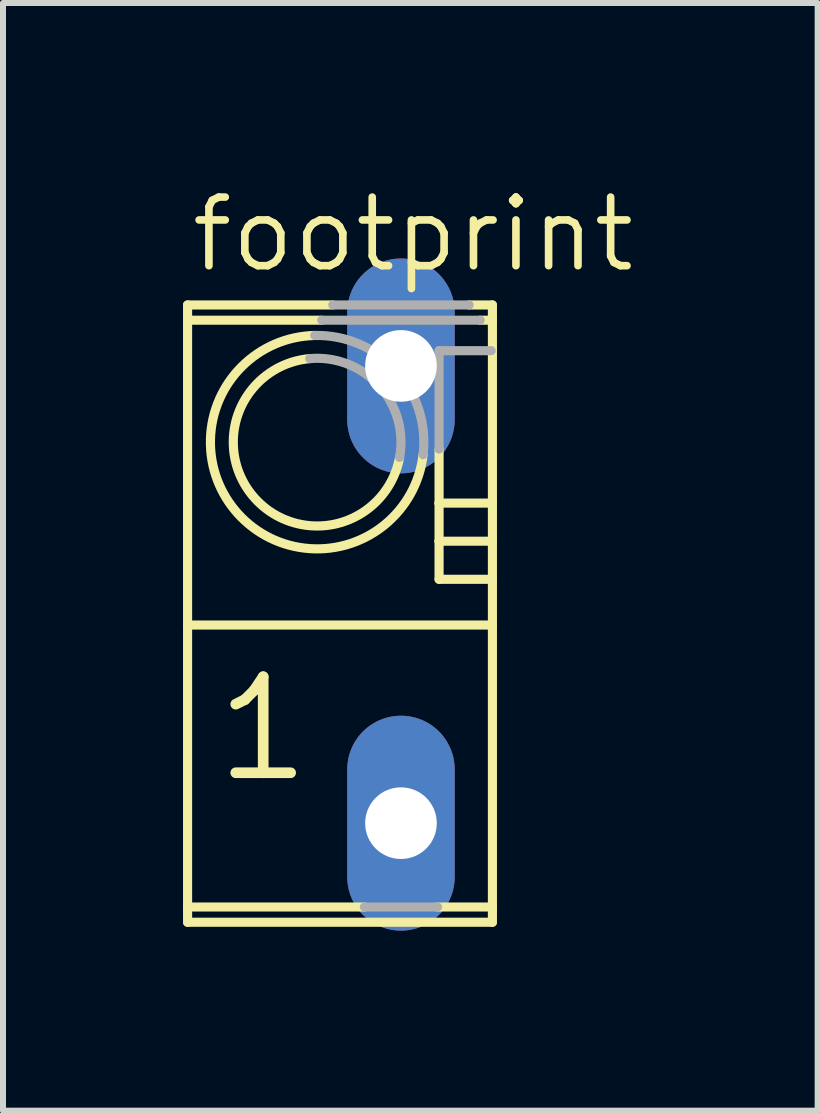
<source format=kicad_pcb>
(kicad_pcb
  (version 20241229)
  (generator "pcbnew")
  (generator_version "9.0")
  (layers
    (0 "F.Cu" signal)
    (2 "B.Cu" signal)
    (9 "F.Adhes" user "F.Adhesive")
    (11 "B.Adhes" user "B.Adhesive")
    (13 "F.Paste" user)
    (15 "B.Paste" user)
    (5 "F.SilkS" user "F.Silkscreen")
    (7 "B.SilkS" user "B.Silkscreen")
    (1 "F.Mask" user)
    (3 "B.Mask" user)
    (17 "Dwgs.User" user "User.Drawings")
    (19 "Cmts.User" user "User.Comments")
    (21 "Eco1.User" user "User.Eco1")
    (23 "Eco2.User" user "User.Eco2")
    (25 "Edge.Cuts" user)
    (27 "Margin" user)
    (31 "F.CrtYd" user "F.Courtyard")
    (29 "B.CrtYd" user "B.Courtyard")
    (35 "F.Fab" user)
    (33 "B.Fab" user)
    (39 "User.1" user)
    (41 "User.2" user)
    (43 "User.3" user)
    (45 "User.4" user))
  (footprint "footprint"
    (layer "F.Cu")
    (at 3.632 6.858)
    (property "Reference" "footprint" (at -3.556 -5.334 0) (layer "F.SilkS") (effects (font (size 1.143 1.143) (thickness 0.127)) (justify left bottom)))
    (fp_line (start -3.556 -4.572) (end -3.556 -4.826) (stroke (width 0.152) (type solid)) (layer "F.SilkS"))
    (fp_line (start -3.556 -4.572) (end -1.32 -4.572) (stroke (width 0.152) (type solid)) (layer "F.SilkS"))
    (fp_line (start -3.556 0.508) (end -3.556 -4.572) (stroke (width 0.152) (type solid)) (layer "F.SilkS"))
    (fp_line (start -3.556 0.508) (end 1.524 0.508) (stroke (width 0.152) (type solid)) (layer "F.SilkS"))
    (fp_line (start -3.556 5.207) (end -3.556 0.508) (stroke (width 0.152) (type solid)) (layer "F.SilkS"))
    (fp_line (start -3.556 5.207) (end -0.609 5.207) (stroke (width 0.152) (type solid)) (layer "F.SilkS"))
    (fp_line (start -3.556 5.461) (end -3.556 5.207) (stroke (width 0.152) (type solid)) (layer "F.SilkS"))
    (fp_line (start -1.136 -4.826) (end -3.556 -4.826) (stroke (width 0.152) (type solid)) (layer "F.SilkS"))
    (fp_line (start 0.609 5.207) (end 1.524 5.207) (stroke (width 0.152) (type solid)) (layer "F.SilkS"))
    (fp_line (start 0.635 -1.524) (end 0.635 -2.425) (stroke (width 0.152) (type solid)) (layer "F.SilkS"))
    (fp_line (start 0.635 -0.889) (end 0.635 -1.524) (stroke (width 0.152) (type solid)) (layer "F.SilkS"))
    (fp_line (start 0.635 -0.254) (end 0.635 -0.889) (stroke (width 0.152) (type solid)) (layer "F.SilkS"))
    (fp_line (start 1.32 -4.572) (end 1.524 -4.572) (stroke (width 0.152) (type solid)) (layer "F.SilkS"))
    (fp_line (start 1.503 -4.064) (end 1.524 -4.064) (stroke (width 0.152) (type solid)) (layer "F.SilkS"))
    (fp_line (start 1.524 -4.826) (end 1.136 -4.826) (stroke (width 0.152) (type solid)) (layer "F.SilkS"))
    (fp_line (start 1.524 -4.572) (end 1.524 -4.826) (stroke (width 0.152) (type solid)) (layer "F.SilkS"))
    (fp_line (start 1.524 -4.064) (end 1.524 -4.572) (stroke (width 0.152) (type solid)) (layer "F.SilkS"))
    (fp_line (start 1.524 -1.524) (end 0.635 -1.524) (stroke (width 0.152) (type solid)) (layer "F.SilkS"))
    (fp_line (start 1.524 -1.524) (end 1.524 -4.064) (stroke (width 0.152) (type solid)) (layer "F.SilkS"))
    (fp_line (start 1.524 -0.889) (end 0.635 -0.889) (stroke (width 0.152) (type solid)) (layer "F.SilkS"))
    (fp_line (start 1.524 -0.889) (end 1.524 -1.524) (stroke (width 0.152) (type solid)) (layer "F.SilkS"))
    (fp_line (start 1.524 -0.254) (end 0.635 -0.254) (stroke (width 0.152) (type solid)) (layer "F.SilkS"))
    (fp_line (start 1.524 -0.254) (end 1.524 -0.889) (stroke (width 0.152) (type solid)) (layer "F.SilkS"))
    (fp_line (start 1.524 0.508) (end 1.524 -0.254) (stroke (width 0.152) (type solid)) (layer "F.SilkS"))
    (fp_line (start 1.524 5.207) (end 1.524 0.508) (stroke (width 0.152) (type solid)) (layer "F.SilkS"))
    (fp_line (start 1.524 5.461) (end -3.556 5.461) (stroke (width 0.152) (type solid)) (layer "F.SilkS"))
    (fp_line (start 1.524 5.461) (end 1.524 5.207) (stroke (width 0.152) (type solid)) (layer "F.SilkS"))
    (fp_arc (start -0.022798 -2.286201) (mid -2.430823 -1.599522) (end -1.5192 -3.9317) (stroke (width 0.1524) (type solid)) (layer "F.SilkS"))
    (fp_arc (start 0.3692 -2.3312) (mid -2.712817 -1.343062) (end -1.4369 -4.3175) (stroke (width 0.1524) (type solid)) (layer "F.SilkS"))
    (fp_line (start -1.32 -4.572) (end 1.32 -4.572) (stroke (width 0.152) (type solid)) (layer "F.Fab"))
    (fp_line (start -0.609 5.207) (end 0.609 5.207) (stroke (width 0.152) (type solid)) (layer "F.Fab"))
    (fp_line (start 0.635 -4.064) (end 1.503 -4.064) (stroke (width 0.152) (type solid)) (layer "F.Fab"))
    (fp_line (start 0.635 -2.425) (end 0.635 -4.064) (stroke (width 0.152) (type solid)) (layer "F.Fab"))
    (fp_line (start 1.136 -4.826) (end -1.136 -4.826) (stroke (width 0.152) (type solid)) (layer "F.Fab"))
    (fp_arc (start -1.5192 -3.9317) (mid -0.363305 -3.479838) (end -0.023098 -2.286301) (stroke (width 0.1524) (type solid)) (layer "F.Fab"))
    (fp_arc (start -1.4369 -4.3175) (mid -0.081248 -3.735937) (end 0.369001 -2.331201) (stroke (width 0.1524) (type solid)) (layer "F.Fab"))
    (fp_text user "1" (at -3.175 3.175 0) (layer "F.SilkS") (effects (font (size 1.6 1.6) (thickness 0.178)) (justify left bottom)))
    (pad "1" thru_hole oval (at 0 3.81 90) (size 3.581 1.791) (drill 1.194) (layers "*.Cu" "*.Mask"))
    (pad "2" thru_hole oval (at 0 -3.81 90) (size 3.581 1.791) (drill 1.194) (layers "*.Cu" "*.Mask")))
  (gr_rect
    (start -3 -3)
    (end 10.576 15.459)
    (stroke (width 0.1) (type default))
    (fill no)
    (layer "Edge.Cuts")))
</source>
